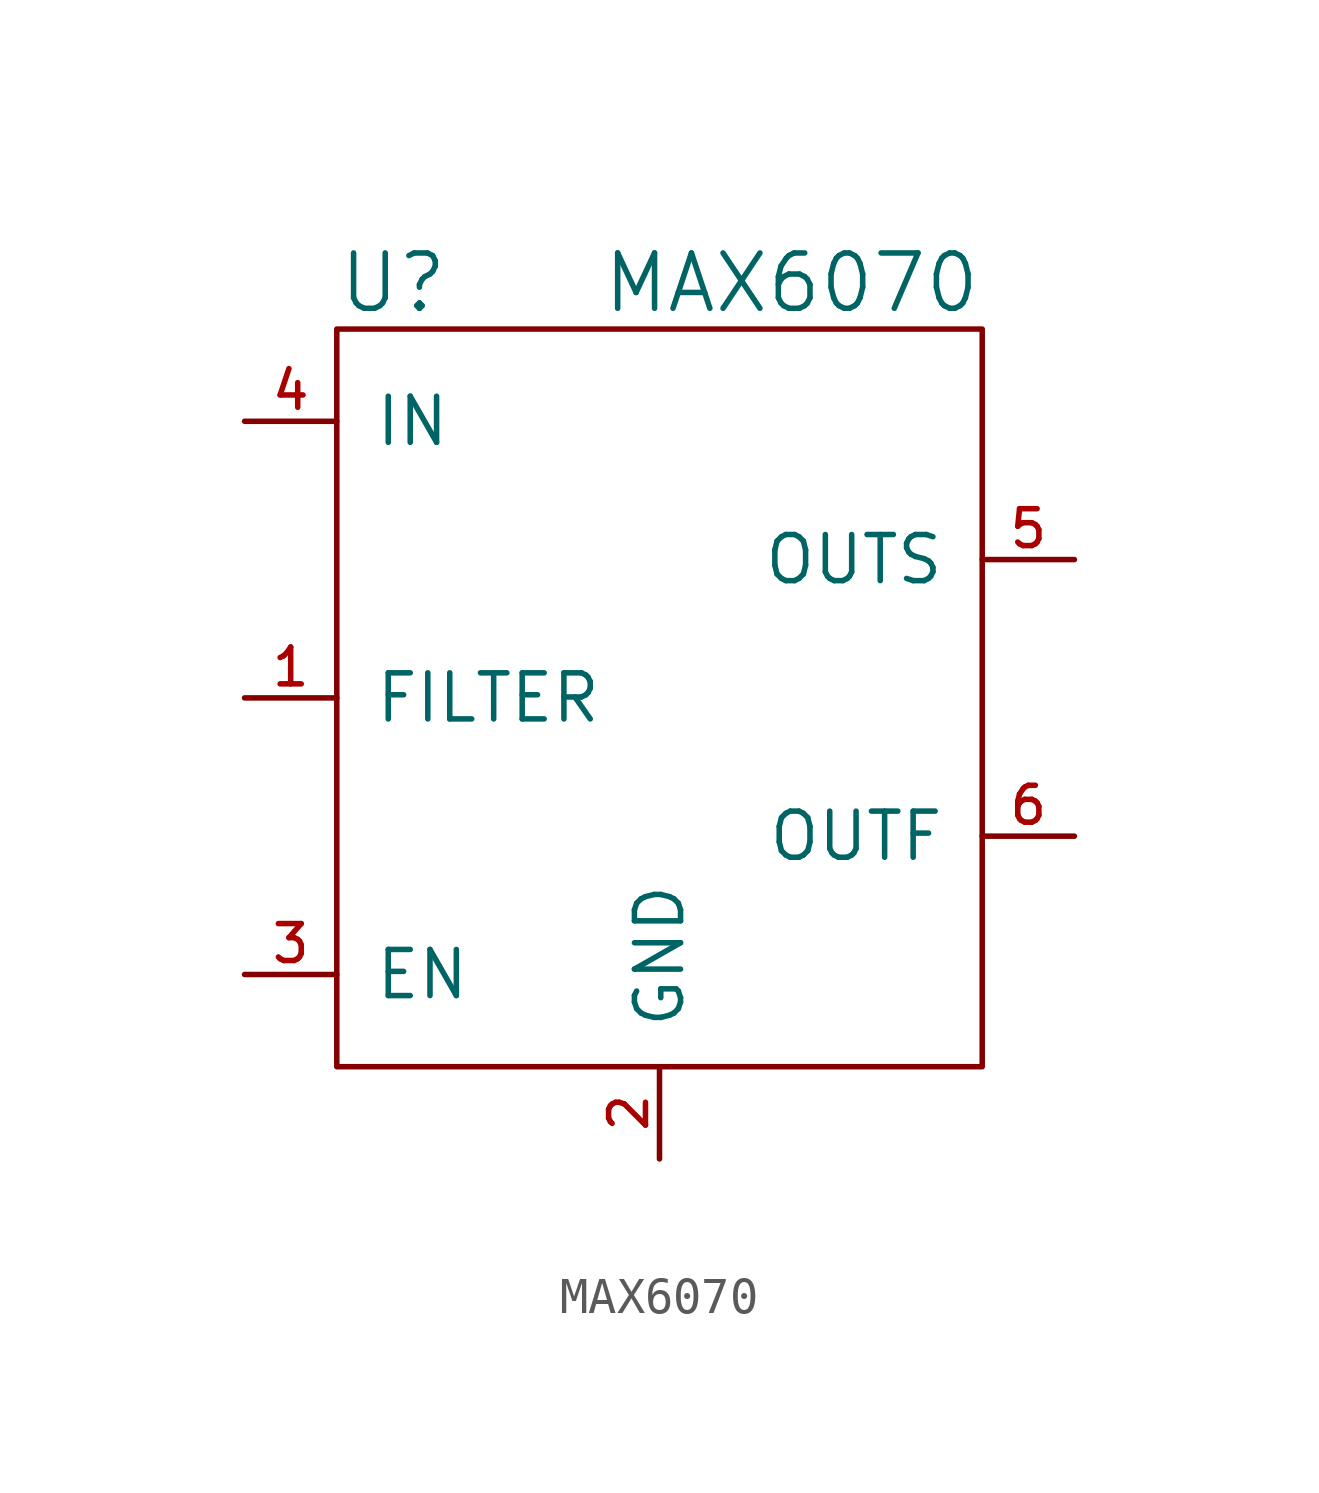
<source format=kicad_sym>
(kicad_symbol_lib
  (version 20211014)
  (generator kicad_symbol_editor)
  (symbol "MAX6070"
    (pin_names
      (offset 1.016))
    (property "Reference" "U"
      (at -8.89 11.43 0)
      (effects (font (size 1.524 1.524)) (justify left)))
    (property "Value" "MAX6070"
      (at 8.89 11.43 0)
      (effects (font (size 1.524 1.524)) (justify right)))
    (symbol "MAX6070_0_1"
      (rectangle (start -8.89 10.16) (end 8.89 -10.16) (stroke (width 0) (type default) (color 0 0 0 0)) (fill (type none))))
    (symbol "MAX6070_1_1"
      (pin passive line (at -11.43 0 0) (length 2.54) (name "FILTER" (effects (font (size 1.27 1.27)))) (number "1" (effects (font (size 1.016 1.016)))))
      (pin power_in line (at 0 -12.7 90) (length 2.54) (name "GND" (effects (font (size 1.27 1.27)))) (number "2" (effects (font (size 1.016 1.016)))))
      (pin input line (at -11.43 -7.62 0) (length 2.54) (name "EN" (effects (font (size 1.27 1.27)))) (number "3" (effects (font (size 1.016 1.016)))))
      (pin power_in line (at -11.43 7.62 0) (length 2.54) (name "IN" (effects (font (size 1.27 1.27)))) (number "4" (effects (font (size 1.016 1.016)))))
      (pin passive line (at 11.43 3.81 180) (length 2.54) (name "OUTS" (effects (font (size 1.27 1.27)))) (number "5" (effects (font (size 1.016 1.016)))))
      (pin power_out line (at 11.43 -3.81 180) (length 2.54) (name "OUTF" (effects (font (size 1.27 1.27)))) (number "6" (effects (font (size 1.016 1.016))))))))
</source>
